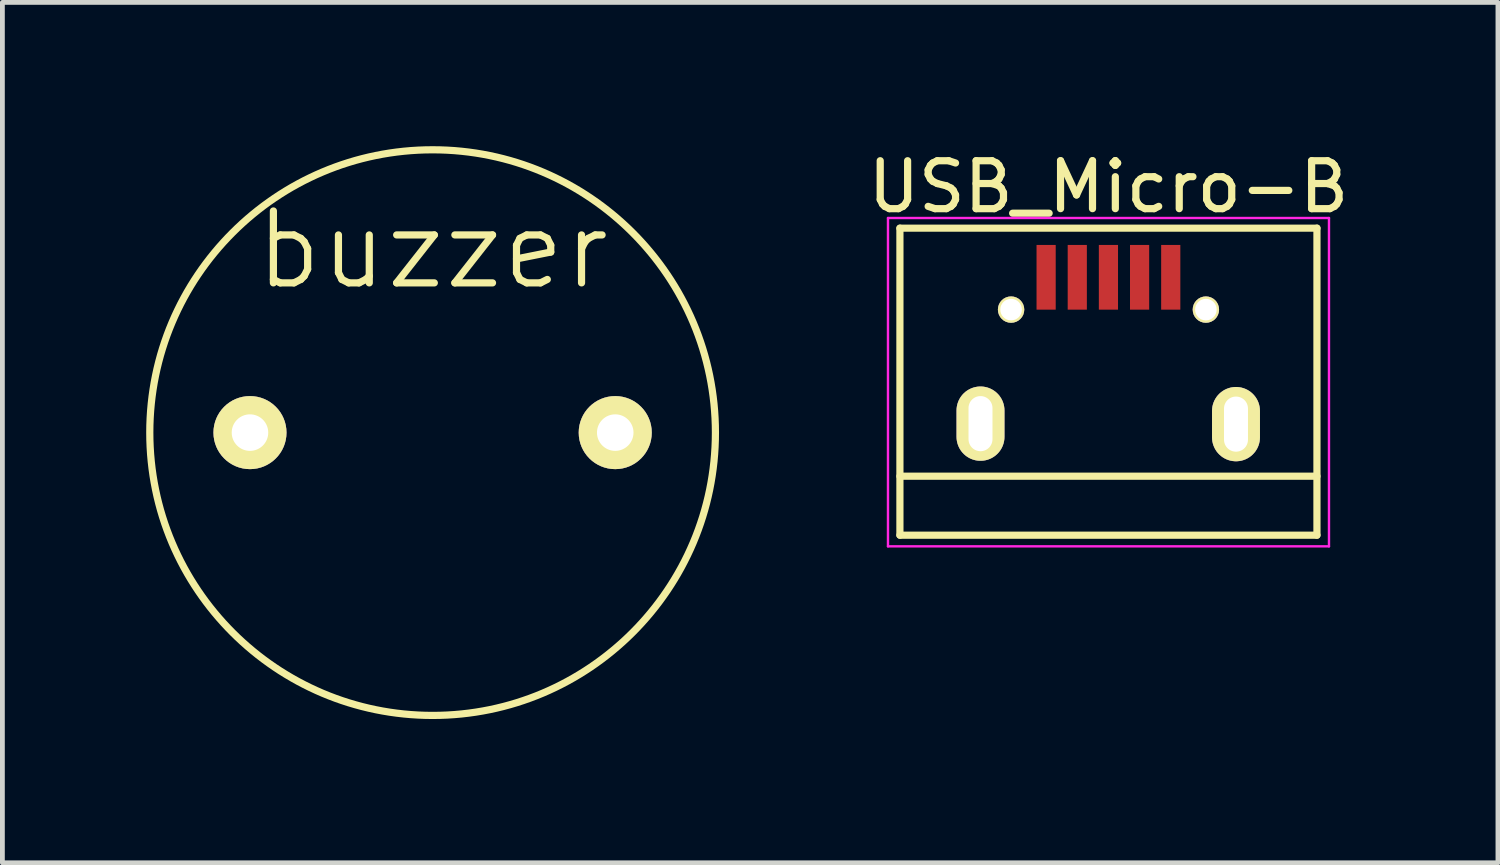
<source format=kicad_pcb>
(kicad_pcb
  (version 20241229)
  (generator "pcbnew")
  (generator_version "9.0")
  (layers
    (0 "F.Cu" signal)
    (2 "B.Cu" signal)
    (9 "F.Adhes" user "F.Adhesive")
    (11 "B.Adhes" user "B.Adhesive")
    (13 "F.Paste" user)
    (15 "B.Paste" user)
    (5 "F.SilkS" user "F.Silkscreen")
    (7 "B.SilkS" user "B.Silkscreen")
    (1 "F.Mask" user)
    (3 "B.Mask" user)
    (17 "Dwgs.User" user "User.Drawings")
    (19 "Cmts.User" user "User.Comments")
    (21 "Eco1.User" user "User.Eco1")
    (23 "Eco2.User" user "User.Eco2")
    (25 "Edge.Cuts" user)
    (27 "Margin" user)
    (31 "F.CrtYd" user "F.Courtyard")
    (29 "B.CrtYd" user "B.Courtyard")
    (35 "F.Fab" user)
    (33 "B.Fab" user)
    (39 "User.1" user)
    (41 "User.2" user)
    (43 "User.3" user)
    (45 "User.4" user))
  (footprint "buzzer"
    (layer "F.Cu")
    (at 5.975 5.975)
    (property "Reference" "buzzer" (at 0 -3.81 0) (layer "F.SilkS") (effects (font (size 1.5 1.5) (thickness 0.15))))
    (attr through_hole)
    (fp_circle (center 0 0) (end 5.9 0) (stroke (width 0.15) (type solid)) (fill no) (layer "F.SilkS"))
    (pad "1" thru_hole circle (at -3.81 0) (size 1.524 1.524) (drill 0.762) (layers "*.Cu" "*.Mask" "F.SilkS"))
    (pad "2" thru_hole circle (at 3.81 0) (size 1.524 1.524) (drill 0.762) (layers "*.Cu" "*.Mask" "F.SilkS")))
  (footprint "USB_Micro-B"
    (layer "F.Cu")
    (at 20.075 4.298)
    (property "Reference" "USB_Micro-B" (at 0 -3.45 0) (layer "F.SilkS") (effects (font (size 1 1) (thickness 0.15))))
    (attr smd)
    (fp_line (start -4.351 -2.588) (end 4.349 -2.588) (stroke (width 0.15) (type solid)) (layer "F.SilkS"))
    (fp_line (start -4.351 3.817) (end -4.351 -2.588) (stroke (width 0.15) (type solid)) (layer "F.SilkS"))
    (fp_line (start -4.351 3.817) (end 4.349 3.817) (stroke (width 0.15) (type solid)) (layer "F.SilkS"))
    (fp_line (start 4.349 -2.588) (end 4.349 3.817) (stroke (width 0.15) (type solid)) (layer "F.SilkS"))
    (fp_line (start 4.349 2.587) (end -4.351 2.587) (stroke (width 0.15) (type solid)) (layer "F.SilkS"))
    (fp_line (start -4.6 -2.8) (end 4.6 -2.8) (stroke (width 0.05) (type solid)) (layer "F.CrtYd"))
    (fp_line (start -4.6 4.05) (end -4.6 -2.8) (stroke (width 0.05) (type solid)) (layer "F.CrtYd"))
    (fp_line (start 4.6 -2.8) (end 4.6 4.05) (stroke (width 0.05) (type solid)) (layer "F.CrtYd"))
    (fp_line (start 4.6 4.05) (end -4.6 4.05) (stroke (width 0.05) (type solid)) (layer "F.CrtYd"))
    (pad "1" smd rect (at -1.301 -1.563 90) (size 1.35 0.4) (layers "F.Cu" "F.Mask" "F.Paste"))
    (pad "2" smd rect (at -0.651 -1.563 90) (size 1.35 0.4) (layers "F.Cu" "F.Mask" "F.Paste"))
    (pad "3" smd rect (at -0.001 -1.563 90) (size 1.35 0.4) (layers "F.Cu" "F.Mask" "F.Paste"))
    (pad "4" smd rect (at 0.649 -1.563 90) (size 1.35 0.4) (layers "F.Cu" "F.Mask" "F.Paste"))
    (pad "5" smd rect (at 1.299 -1.563 90) (size 1.35 0.4) (layers "F.Cu" "F.Mask" "F.Paste"))
    (pad "6" thru_hole oval (at -2.67 1.49 90) (size 1.55 1) (drill oval 1.15 0.5) (layers "*.Cu" "*.Mask" "F.SilkS"))
    (pad "6" thru_hole circle (at -2.032 -0.889 90) (size 0.55 0.55) (drill 0.45) (layers "*.Cu" "*.Mask" "F.SilkS"))
    (pad "6" thru_hole circle (at 2.032 -0.889 90) (size 0.55 0.55) (drill 0.45) (layers "*.Cu" "*.Mask" "F.SilkS"))
    (pad "6" thru_hole oval (at 2.66 1.5 90) (size 1.55 1) (drill oval 1.15 0.5) (layers "*.Cu" "*.Mask" "F.SilkS")))
  (gr_rect
    (start -3 -3)
    (end 28.2 14.95)
    (stroke (width 0.1) (type default))
    (fill no)
    (layer "Edge.Cuts")))
</source>
